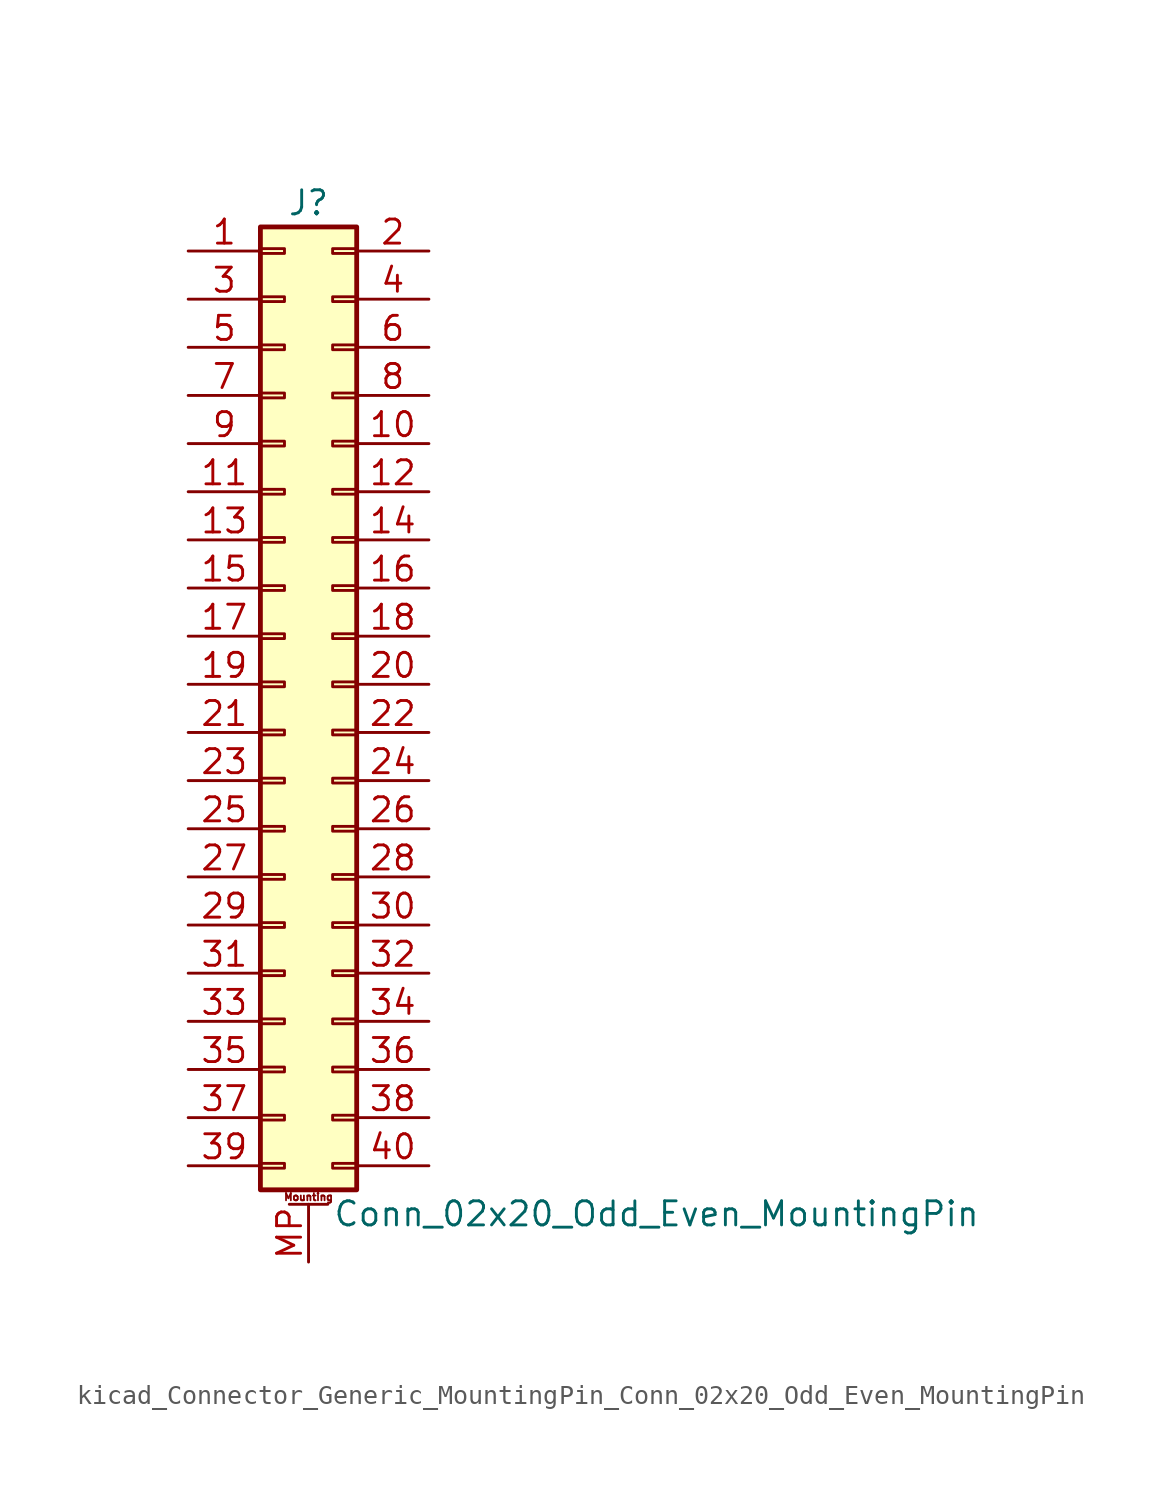
<source format=kicad_sym>
(kicad_symbol_lib
  (version 20220914)
  (generator kicad_symbol_editor)
  (symbol "kicad_Connector_Generic_MountingPin_Conn_02x20_Odd_Even_MountingPin"
    (pin_names
      (offset 1.016) hide)
    (property "Reference" "J"
      (at 1.27 25.4 0)
      (effects (font (size 1.27 1.27))))
    (property "Value" "Conn_02x20_Odd_Even_MountingPin"
      (at 2.54 -27.94 0)
      (effects (font (size 1.27 1.27)) (justify left)))
    (symbol "kicad_Connector_Generic_MountingPin_Conn_02x20_Odd_Even_MountingPin_1_1"
      (rectangle (start -1.27 -25.273) (end 0 -25.527) (stroke (width 0.152) (type default)) (fill (type none)))
      (rectangle (start -1.27 -22.733) (end 0 -22.987) (stroke (width 0.152) (type default)) (fill (type none)))
      (rectangle (start -1.27 -20.193) (end 0 -20.447) (stroke (width 0.152) (type default)) (fill (type none)))
      (rectangle (start -1.27 -17.653) (end 0 -17.907) (stroke (width 0.152) (type default)) (fill (type none)))
      (rectangle (start -1.27 -15.113) (end 0 -15.367) (stroke (width 0.152) (type default)) (fill (type none)))
      (rectangle (start -1.27 -12.573) (end 0 -12.827) (stroke (width 0.152) (type default)) (fill (type none)))
      (rectangle (start -1.27 -10.033) (end 0 -10.287) (stroke (width 0.152) (type default)) (fill (type none)))
      (rectangle (start -1.27 -7.493) (end 0 -7.747) (stroke (width 0.152) (type default)) (fill (type none)))
      (rectangle (start -1.27 -4.953) (end 0 -5.207) (stroke (width 0.152) (type default)) (fill (type none)))
      (rectangle (start -1.27 -2.413) (end 0 -2.667) (stroke (width 0.152) (type default)) (fill (type none)))
      (rectangle (start -1.27 0.127) (end 0 -0.127) (stroke (width 0.152) (type default)) (fill (type none)))
      (rectangle (start -1.27 2.667) (end 0 2.413) (stroke (width 0.152) (type default)) (fill (type none)))
      (rectangle (start -1.27 5.207) (end 0 4.953) (stroke (width 0.152) (type default)) (fill (type none)))
      (rectangle (start -1.27 7.747) (end 0 7.493) (stroke (width 0.152) (type default)) (fill (type none)))
      (rectangle (start -1.27 10.287) (end 0 10.033) (stroke (width 0.152) (type default)) (fill (type none)))
      (rectangle (start -1.27 12.827) (end 0 12.573) (stroke (width 0.152) (type default)) (fill (type none)))
      (rectangle (start -1.27 15.367) (end 0 15.113) (stroke (width 0.152) (type default)) (fill (type none)))
      (rectangle (start -1.27 17.907) (end 0 17.653) (stroke (width 0.152) (type default)) (fill (type none)))
      (rectangle (start -1.27 20.447) (end 0 20.193) (stroke (width 0.152) (type default)) (fill (type none)))
      (rectangle (start -1.27 22.987) (end 0 22.733) (stroke (width 0.152) (type default)) (fill (type none)))
      (rectangle (start -1.27 24.13) (end 3.81 -26.67) (stroke (width 0.254) (type default)) (fill (type background)))
      (polyline (pts (xy 0.254 -27.432) (xy 2.286 -27.432)) (stroke (width 0.152) (type default)) (fill (type none)))
      (rectangle (start 3.81 -25.273) (end 2.54 -25.527) (stroke (width 0.152) (type default)) (fill (type none)))
      (rectangle (start 3.81 -22.733) (end 2.54 -22.987) (stroke (width 0.152) (type default)) (fill (type none)))
      (rectangle (start 3.81 -20.193) (end 2.54 -20.447) (stroke (width 0.152) (type default)) (fill (type none)))
      (rectangle (start 3.81 -17.653) (end 2.54 -17.907) (stroke (width 0.152) (type default)) (fill (type none)))
      (rectangle (start 3.81 -15.113) (end 2.54 -15.367) (stroke (width 0.152) (type default)) (fill (type none)))
      (rectangle (start 3.81 -12.573) (end 2.54 -12.827) (stroke (width 0.152) (type default)) (fill (type none)))
      (rectangle (start 3.81 -10.033) (end 2.54 -10.287) (stroke (width 0.152) (type default)) (fill (type none)))
      (rectangle (start 3.81 -7.493) (end 2.54 -7.747) (stroke (width 0.152) (type default)) (fill (type none)))
      (rectangle (start 3.81 -4.953) (end 2.54 -5.207) (stroke (width 0.152) (type default)) (fill (type none)))
      (rectangle (start 3.81 -2.413) (end 2.54 -2.667) (stroke (width 0.152) (type default)) (fill (type none)))
      (rectangle (start 3.81 0.127) (end 2.54 -0.127) (stroke (width 0.152) (type default)) (fill (type none)))
      (rectangle (start 3.81 2.667) (end 2.54 2.413) (stroke (width 0.152) (type default)) (fill (type none)))
      (rectangle (start 3.81 5.207) (end 2.54 4.953) (stroke (width 0.152) (type default)) (fill (type none)))
      (rectangle (start 3.81 7.747) (end 2.54 7.493) (stroke (width 0.152) (type default)) (fill (type none)))
      (rectangle (start 3.81 10.287) (end 2.54 10.033) (stroke (width 0.152) (type default)) (fill (type none)))
      (rectangle (start 3.81 12.827) (end 2.54 12.573) (stroke (width 0.152) (type default)) (fill (type none)))
      (rectangle (start 3.81 15.367) (end 2.54 15.113) (stroke (width 0.152) (type default)) (fill (type none)))
      (rectangle (start 3.81 17.907) (end 2.54 17.653) (stroke (width 0.152) (type default)) (fill (type none)))
      (rectangle (start 3.81 20.447) (end 2.54 20.193) (stroke (width 0.152) (type default)) (fill (type none)))
      (rectangle (start 3.81 22.987) (end 2.54 22.733) (stroke (width 0.152) (type default)) (fill (type none)))
      (text "Mounting" (at 1.27 -27.051 0) (effects (font (size 0.381 0.381))))
      (pin passive line (at -5.08 22.86 0) (length 3.81) (name "Pin_1" (effects (font (size 1.27 1.27)))) (number "1" (effects (font (size 1.27 1.27)))))
      (pin passive line (at 7.62 12.7 180) (length 3.81) (name "Pin_10" (effects (font (size 1.27 1.27)))) (number "10" (effects (font (size 1.27 1.27)))))
      (pin passive line (at -5.08 10.16 0) (length 3.81) (name "Pin_11" (effects (font (size 1.27 1.27)))) (number "11" (effects (font (size 1.27 1.27)))))
      (pin passive line (at 7.62 10.16 180) (length 3.81) (name "Pin_12" (effects (font (size 1.27 1.27)))) (number "12" (effects (font (size 1.27 1.27)))))
      (pin passive line (at -5.08 7.62 0) (length 3.81) (name "Pin_13" (effects (font (size 1.27 1.27)))) (number "13" (effects (font (size 1.27 1.27)))))
      (pin passive line (at 7.62 7.62 180) (length 3.81) (name "Pin_14" (effects (font (size 1.27 1.27)))) (number "14" (effects (font (size 1.27 1.27)))))
      (pin passive line (at -5.08 5.08 0) (length 3.81) (name "Pin_15" (effects (font (size 1.27 1.27)))) (number "15" (effects (font (size 1.27 1.27)))))
      (pin passive line (at 7.62 5.08 180) (length 3.81) (name "Pin_16" (effects (font (size 1.27 1.27)))) (number "16" (effects (font (size 1.27 1.27)))))
      (pin passive line (at -5.08 2.54 0) (length 3.81) (name "Pin_17" (effects (font (size 1.27 1.27)))) (number "17" (effects (font (size 1.27 1.27)))))
      (pin passive line (at 7.62 2.54 180) (length 3.81) (name "Pin_18" (effects (font (size 1.27 1.27)))) (number "18" (effects (font (size 1.27 1.27)))))
      (pin passive line (at -5.08 0 0) (length 3.81) (name "Pin_19" (effects (font (size 1.27 1.27)))) (number "19" (effects (font (size 1.27 1.27)))))
      (pin passive line (at 7.62 22.86 180) (length 3.81) (name "Pin_2" (effects (font (size 1.27 1.27)))) (number "2" (effects (font (size 1.27 1.27)))))
      (pin passive line (at 7.62 0 180) (length 3.81) (name "Pin_20" (effects (font (size 1.27 1.27)))) (number "20" (effects (font (size 1.27 1.27)))))
      (pin passive line (at -5.08 -2.54 0) (length 3.81) (name "Pin_21" (effects (font (size 1.27 1.27)))) (number "21" (effects (font (size 1.27 1.27)))))
      (pin passive line (at 7.62 -2.54 180) (length 3.81) (name "Pin_22" (effects (font (size 1.27 1.27)))) (number "22" (effects (font (size 1.27 1.27)))))
      (pin passive line (at -5.08 -5.08 0) (length 3.81) (name "Pin_23" (effects (font (size 1.27 1.27)))) (number "23" (effects (font (size 1.27 1.27)))))
      (pin passive line (at 7.62 -5.08 180) (length 3.81) (name "Pin_24" (effects (font (size 1.27 1.27)))) (number "24" (effects (font (size 1.27 1.27)))))
      (pin passive line (at -5.08 -7.62 0) (length 3.81) (name "Pin_25" (effects (font (size 1.27 1.27)))) (number "25" (effects (font (size 1.27 1.27)))))
      (pin passive line (at 7.62 -7.62 180) (length 3.81) (name "Pin_26" (effects (font (size 1.27 1.27)))) (number "26" (effects (font (size 1.27 1.27)))))
      (pin passive line (at -5.08 -10.16 0) (length 3.81) (name "Pin_27" (effects (font (size 1.27 1.27)))) (number "27" (effects (font (size 1.27 1.27)))))
      (pin passive line (at 7.62 -10.16 180) (length 3.81) (name "Pin_28" (effects (font (size 1.27 1.27)))) (number "28" (effects (font (size 1.27 1.27)))))
      (pin passive line (at -5.08 -12.7 0) (length 3.81) (name "Pin_29" (effects (font (size 1.27 1.27)))) (number "29" (effects (font (size 1.27 1.27)))))
      (pin passive line (at -5.08 20.32 0) (length 3.81) (name "Pin_3" (effects (font (size 1.27 1.27)))) (number "3" (effects (font (size 1.27 1.27)))))
      (pin passive line (at 7.62 -12.7 180) (length 3.81) (name "Pin_30" (effects (font (size 1.27 1.27)))) (number "30" (effects (font (size 1.27 1.27)))))
      (pin passive line (at -5.08 -15.24 0) (length 3.81) (name "Pin_31" (effects (font (size 1.27 1.27)))) (number "31" (effects (font (size 1.27 1.27)))))
      (pin passive line (at 7.62 -15.24 180) (length 3.81) (name "Pin_32" (effects (font (size 1.27 1.27)))) (number "32" (effects (font (size 1.27 1.27)))))
      (pin passive line (at -5.08 -17.78 0) (length 3.81) (name "Pin_33" (effects (font (size 1.27 1.27)))) (number "33" (effects (font (size 1.27 1.27)))))
      (pin passive line (at 7.62 -17.78 180) (length 3.81) (name "Pin_34" (effects (font (size 1.27 1.27)))) (number "34" (effects (font (size 1.27 1.27)))))
      (pin passive line (at -5.08 -20.32 0) (length 3.81) (name "Pin_35" (effects (font (size 1.27 1.27)))) (number "35" (effects (font (size 1.27 1.27)))))
      (pin passive line (at 7.62 -20.32 180) (length 3.81) (name "Pin_36" (effects (font (size 1.27 1.27)))) (number "36" (effects (font (size 1.27 1.27)))))
      (pin passive line (at -5.08 -22.86 0) (length 3.81) (name "Pin_37" (effects (font (size 1.27 1.27)))) (number "37" (effects (font (size 1.27 1.27)))))
      (pin passive line (at 7.62 -22.86 180) (length 3.81) (name "Pin_38" (effects (font (size 1.27 1.27)))) (number "38" (effects (font (size 1.27 1.27)))))
      (pin passive line (at -5.08 -25.4 0) (length 3.81) (name "Pin_39" (effects (font (size 1.27 1.27)))) (number "39" (effects (font (size 1.27 1.27)))))
      (pin passive line (at 7.62 20.32 180) (length 3.81) (name "Pin_4" (effects (font (size 1.27 1.27)))) (number "4" (effects (font (size 1.27 1.27)))))
      (pin passive line (at 7.62 -25.4 180) (length 3.81) (name "Pin_40" (effects (font (size 1.27 1.27)))) (number "40" (effects (font (size 1.27 1.27)))))
      (pin passive line (at -5.08 17.78 0) (length 3.81) (name "Pin_5" (effects (font (size 1.27 1.27)))) (number "5" (effects (font (size 1.27 1.27)))))
      (pin passive line (at 7.62 17.78 180) (length 3.81) (name "Pin_6" (effects (font (size 1.27 1.27)))) (number "6" (effects (font (size 1.27 1.27)))))
      (pin passive line (at -5.08 15.24 0) (length 3.81) (name "Pin_7" (effects (font (size 1.27 1.27)))) (number "7" (effects (font (size 1.27 1.27)))))
      (pin passive line (at 7.62 15.24 180) (length 3.81) (name "Pin_8" (effects (font (size 1.27 1.27)))) (number "8" (effects (font (size 1.27 1.27)))))
      (pin passive line (at -5.08 12.7 0) (length 3.81) (name "Pin_9" (effects (font (size 1.27 1.27)))) (number "9" (effects (font (size 1.27 1.27)))))
      (pin passive line (at 1.27 -30.48 90) (length 3.048) (name "MountPin" (effects (font (size 1.27 1.27)))) (number "MP" (effects (font (size 1.27 1.27))))))))
</source>
